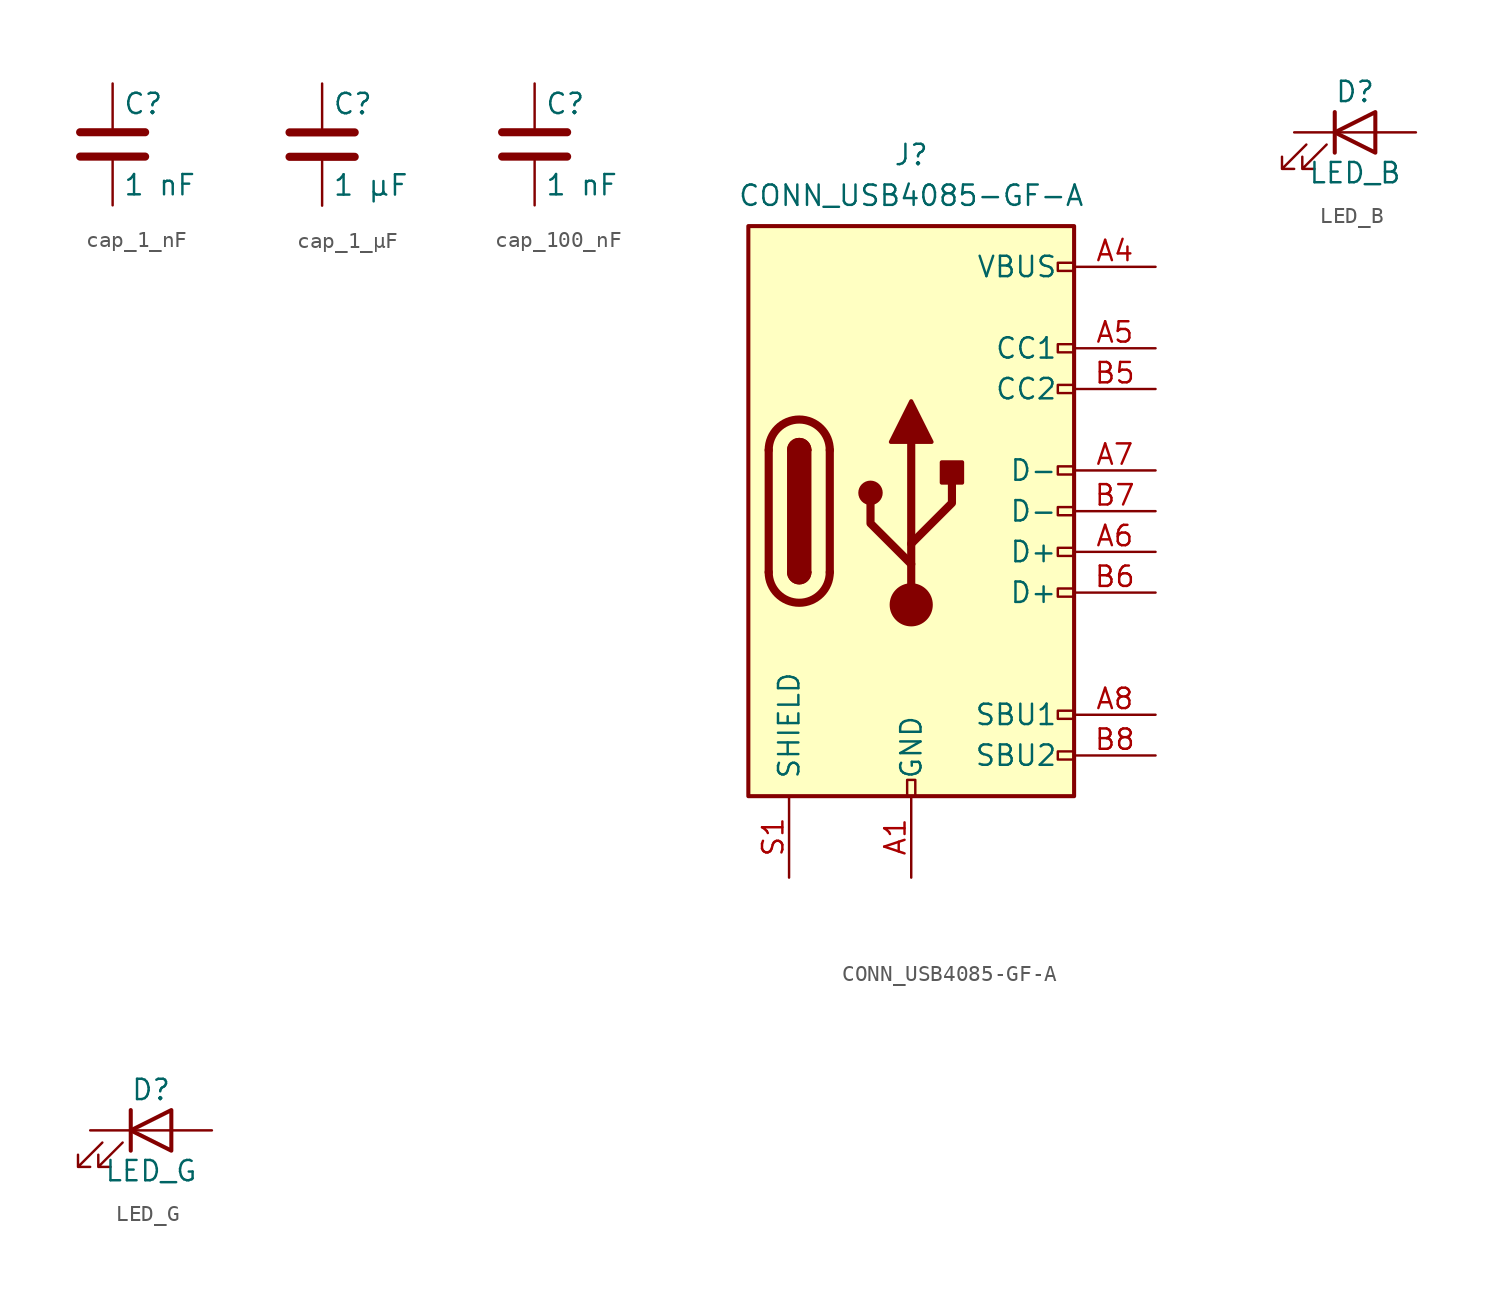
<source format=kicad_sym>
(kicad_symbol_lib
  (version 20241209)
  (generator "kicad_symbol_editor")
  (generator_version "9.0")
  (symbol "cap_1_nF"
    (pin_numbers
      (hide yes))
    (pin_names
      (offset 0.254))
    (property "Reference" "C"
      (at 0.635 2.54 0)
      (effects (font (size 1.27 1.27)) (justify left)))
    (property "Value" "1 nF"
      (at 0.635 -2.54 0)
      (effects (font (size 1.27 1.27)) (justify left)))
    (symbol "cap_1_nF_0_1"
      (polyline (pts (xy -2.032 0.762) (xy 2.032 0.762)) (stroke (width 0.508) (type default)) (fill (type none)))
      (polyline (pts (xy -2.032 -0.762) (xy 2.032 -0.762)) (stroke (width 0.508) (type default)) (fill (type none))))
    (symbol "cap_1_nF_1_1"
      (pin passive line (at 0 3.81 270) (length 2.794) (name "~" (effects (font (size 1.27 1.27)))) (number "1" (effects (font (size 1.27 1.27)))))
      (pin passive line (at 0 -3.81 90) (length 2.794) (name "~" (effects (font (size 1.27 1.27)))) (number "2" (effects (font (size 1.27 1.27)))))))
  (symbol "cap_1_µF"
    (pin_numbers
      (hide yes))
    (pin_names
      (offset 0.254))
    (property "Reference" "C"
      (at 0.635 2.54 0)
      (effects (font (size 1.27 1.27)) (justify left)))
    (property "Value" "1 µF"
      (at 0.635 -2.54 0)
      (effects (font (size 1.27 1.27)) (justify left)))
    (symbol "cap_1_µF_0_1"
      (polyline (pts (xy -2.032 0.762) (xy 2.032 0.762)) (stroke (width 0.508) (type default)) (fill (type none)))
      (polyline (pts (xy -2.032 -0.762) (xy 2.032 -0.762)) (stroke (width 0.508) (type default)) (fill (type none))))
    (symbol "cap_1_µF_1_1"
      (pin passive line (at 0 3.81 270) (length 2.794) (name "~" (effects (font (size 1.27 1.27)))) (number "1" (effects (font (size 1.27 1.27)))))
      (pin passive line (at 0 -3.81 90) (length 2.794) (name "~" (effects (font (size 1.27 1.27)))) (number "2" (effects (font (size 1.27 1.27)))))))
  (symbol "cap_100_nF"
    (pin_numbers
      (hide yes))
    (pin_names
      (offset 0.254))
    (property "Reference" "C"
      (at 0.635 2.54 0)
      (effects (font (size 1.27 1.27)) (justify left)))
    (property "Value" "1 nF"
      (at 0.635 -2.54 0)
      (effects (font (size 1.27 1.27)) (justify left)))
    (symbol "cap_100_nF_0_1"
      (polyline (pts (xy -2.032 0.762) (xy 2.032 0.762)) (stroke (width 0.508) (type default)) (fill (type none)))
      (polyline (pts (xy -2.032 -0.762) (xy 2.032 -0.762)) (stroke (width 0.508) (type default)) (fill (type none))))
    (symbol "cap_100_nF_1_1"
      (pin passive line (at 0 3.81 270) (length 2.794) (name "~" (effects (font (size 1.27 1.27)))) (number "1" (effects (font (size 1.27 1.27)))))
      (pin passive line (at 0 -3.81 90) (length 2.794) (name "~" (effects (font (size 1.27 1.27)))) (number "2" (effects (font (size 1.27 1.27)))))))
  (symbol "CONN_USB4085-GF-A"
    (pin_names
      (offset 1.016))
    (property "Reference" "J"
      (at 0 22.225 0)
      (effects (font (size 1.27 1.27))))
    (property "Value" "CONN_USB4085-GF-A"
      (at 0 19.685 0)
      (effects (font (size 1.27 1.27))))
    (symbol "CONN_USB4085-GF-A_0_0"
      (rectangle (start -0.254 -17.78) (end 0.254 -16.764) (stroke (width 0) (type default)) (fill (type none)))
      (rectangle (start 10.16 15.494) (end 9.144 14.986) (stroke (width 0) (type default)) (fill (type none)))
      (rectangle (start 10.16 10.414) (end 9.144 9.906) (stroke (width 0) (type default)) (fill (type none)))
      (rectangle (start 10.16 7.874) (end 9.144 7.366) (stroke (width 0) (type default)) (fill (type none)))
      (rectangle (start 10.16 2.794) (end 9.144 2.286) (stroke (width 0) (type default)) (fill (type none)))
      (rectangle (start 10.16 0.254) (end 9.144 -0.254) (stroke (width 0) (type default)) (fill (type none)))
      (rectangle (start 10.16 -2.286) (end 9.144 -2.794) (stroke (width 0) (type default)) (fill (type none)))
      (rectangle (start 10.16 -4.826) (end 9.144 -5.334) (stroke (width 0) (type default)) (fill (type none)))
      (rectangle (start 10.16 -12.446) (end 9.144 -12.954) (stroke (width 0) (type default)) (fill (type none)))
      (rectangle (start 10.16 -14.986) (end 9.144 -15.494) (stroke (width 0) (type default)) (fill (type none))))
    (symbol "CONN_USB4085-GF-A_0_1"
      (rectangle (start -10.16 17.78) (end 10.16 -17.78) (stroke (width 0.254) (type default)) (fill (type background)))
      (polyline (pts (xy -8.89 -3.81) (xy -8.89 3.81)) (stroke (width 0.508) (type default)) (fill (type none)))
      (rectangle (start -7.62 -3.81) (end -6.35 3.81) (stroke (width 0.254) (type default)) (fill (type outline)))
      (arc (start -7.62 3.81) (mid -6.985 4.4423) (end -6.35 3.81) (stroke (width 0.254) (type default)) (fill (type none)))
      (arc (start -7.62 3.81) (mid -6.985 4.4423) (end -6.35 3.81) (stroke (width 0.254) (type default)) (fill (type outline)))
      (arc (start -8.89 3.81) (mid -6.985 5.7067) (end -5.08 3.81) (stroke (width 0.508) (type default)) (fill (type none)))
      (arc (start -5.08 -3.81) (mid -6.985 -5.7067) (end -8.89 -3.81) (stroke (width 0.508) (type default)) (fill (type none)))
      (arc (start -6.35 -3.81) (mid -6.985 -4.4423) (end -7.62 -3.81) (stroke (width 0.254) (type default)) (fill (type none)))
      (arc (start -6.35 -3.81) (mid -6.985 -4.4423) (end -7.62 -3.81) (stroke (width 0.254) (type default)) (fill (type outline)))
      (polyline (pts (xy -5.08 3.81) (xy -5.08 -3.81)) (stroke (width 0.508) (type default)) (fill (type none)))
      (circle (center -2.54 1.143) (radius 0.635) (stroke (width 0.254) (type default)) (fill (type outline)))
      (polyline (pts (xy -1.27 4.318) (xy 0 6.858) (xy 1.27 4.318) (xy -1.27 4.318)) (stroke (width 0.254) (type default)) (fill (type outline)))
      (polyline (pts (xy 0 -2.032) (xy 2.54 0.508) (xy 2.54 1.778)) (stroke (width 0.508) (type default)) (fill (type none)))
      (polyline (pts (xy 0 -3.302) (xy -2.54 -0.762) (xy -2.54 0.508)) (stroke (width 0.508) (type default)) (fill (type none)))
      (polyline (pts (xy 0 -5.842) (xy 0 4.318)) (stroke (width 0.508) (type default)) (fill (type none)))
      (circle (center 0 -5.842) (radius 1.27) (stroke (width 0) (type default)) (fill (type outline)))
      (rectangle (start 1.905 1.778) (end 3.175 3.048) (stroke (width 0.254) (type default)) (fill (type outline))))
    (symbol "CONN_USB4085-GF-A_1_1"
      (pin passive line (at -7.62 -22.86 90) (length 5.08) (name "SHIELD" (effects (font (size 1.27 1.27)))) (number "S1" (effects (font (size 1.27 1.27)))))
      (pin passive line (at 0 -22.86 90) (length 5.08) (name "GND" (effects (font (size 1.27 1.27)))) (number "A1" (effects (font (size 1.27 1.27)))))
      (pin passive line (at 0 -22.86 90) (length 5.08) (hide yes) (name "GND" (effects (font (size 1.27 1.27)))) (number "A12" (effects (font (size 1.27 1.27)))))
      (pin passive line (at 0 -22.86 90) (length 5.08) (hide yes) (name "GND" (effects (font (size 1.27 1.27)))) (number "B1" (effects (font (size 1.27 1.27)))))
      (pin passive line (at 0 -22.86 90) (length 5.08) (hide yes) (name "GND" (effects (font (size 1.27 1.27)))) (number "B12" (effects (font (size 1.27 1.27)))))
      (pin passive line (at 15.24 15.24 180) (length 5.08) (name "VBUS" (effects (font (size 1.27 1.27)))) (number "A4" (effects (font (size 1.27 1.27)))))
      (pin passive line (at 15.24 15.24 180) (length 5.08) (hide yes) (name "VBUS" (effects (font (size 1.27 1.27)))) (number "A9" (effects (font (size 1.27 1.27)))))
      (pin passive line (at 15.24 15.24 180) (length 5.08) (hide yes) (name "VBUS" (effects (font (size 1.27 1.27)))) (number "B4" (effects (font (size 1.27 1.27)))))
      (pin passive line (at 15.24 15.24 180) (length 5.08) (hide yes) (name "VBUS" (effects (font (size 1.27 1.27)))) (number "B9" (effects (font (size 1.27 1.27)))))
      (pin bidirectional line (at 15.24 10.16 180) (length 5.08) (name "CC1" (effects (font (size 1.27 1.27)))) (number "A5" (effects (font (size 1.27 1.27)))))
      (pin bidirectional line (at 15.24 7.62 180) (length 5.08) (name "CC2" (effects (font (size 1.27 1.27)))) (number "B5" (effects (font (size 1.27 1.27)))))
      (pin bidirectional line (at 15.24 2.54 180) (length 5.08) (name "D-" (effects (font (size 1.27 1.27)))) (number "A7" (effects (font (size 1.27 1.27)))))
      (pin bidirectional line (at 15.24 0 180) (length 5.08) (name "D-" (effects (font (size 1.27 1.27)))) (number "B7" (effects (font (size 1.27 1.27)))))
      (pin bidirectional line (at 15.24 -2.54 180) (length 5.08) (name "D+" (effects (font (size 1.27 1.27)))) (number "A6" (effects (font (size 1.27 1.27)))))
      (pin bidirectional line (at 15.24 -5.08 180) (length 5.08) (name "D+" (effects (font (size 1.27 1.27)))) (number "B6" (effects (font (size 1.27 1.27)))))
      (pin bidirectional line (at 15.24 -12.7 180) (length 5.08) (name "SBU1" (effects (font (size 1.27 1.27)))) (number "A8" (effects (font (size 1.27 1.27)))))
      (pin bidirectional line (at 15.24 -15.24 180) (length 5.08) (name "SBU2" (effects (font (size 1.27 1.27)))) (number "B8" (effects (font (size 1.27 1.27)))))))
  (symbol "LED_B"
    (pin_numbers
      (hide yes))
    (pin_names
      (offset 1.016)
      (hide yes))
    (property "Reference" "D"
      (at 0 2.54 0)
      (effects (font (size 1.27 1.27))))
    (property "Value" "LED_B"
      (at 0 -2.54 0)
      (effects (font (size 1.27 1.27))))
    (symbol "LED_B_0_1"
      (polyline (pts (xy -3.048 -0.762) (xy -4.572 -2.286) (xy -3.81 -2.286) (xy -4.572 -2.286) (xy -4.572 -1.524)) (stroke (width 0) (type default)) (fill (type none)))
      (polyline (pts (xy -1.778 -0.762) (xy -3.302 -2.286) (xy -2.54 -2.286) (xy -3.302 -2.286) (xy -3.302 -1.524)) (stroke (width 0) (type default)) (fill (type none)))
      (polyline (pts (xy -1.27 0) (xy 1.27 0)) (stroke (width 0) (type default)) (fill (type none)))
      (polyline (pts (xy -1.27 -1.27) (xy -1.27 1.27)) (stroke (width 0.254) (type default)) (fill (type none)))
      (polyline (pts (xy 1.27 -1.27) (xy 1.27 1.27) (xy -1.27 0) (xy 1.27 -1.27)) (stroke (width 0.254) (type default)) (fill (type none))))
    (symbol "LED_B_1_1"
      (pin passive line (at -3.81 0 0) (length 2.54) (name "K" (effects (font (size 1.27 1.27)))) (number "1" (effects (font (size 1.27 1.27)))))
      (pin passive line (at 3.81 0 180) (length 2.54) (name "A" (effects (font (size 1.27 1.27)))) (number "2" (effects (font (size 1.27 1.27)))))))
  (symbol "LED_G"
    (pin_numbers
      (hide yes))
    (pin_names
      (offset 1.016)
      (hide yes))
    (property "Reference" "D"
      (at 0 2.54 0)
      (effects (font (size 1.27 1.27))))
    (property "Value" "LED_G"
      (at 0 -2.54 0)
      (effects (font (size 1.27 1.27))))
    (symbol "LED_G_0_1"
      (polyline (pts (xy -3.048 -0.762) (xy -4.572 -2.286) (xy -3.81 -2.286) (xy -4.572 -2.286) (xy -4.572 -1.524)) (stroke (width 0) (type default)) (fill (type none)))
      (polyline (pts (xy -1.778 -0.762) (xy -3.302 -2.286) (xy -2.54 -2.286) (xy -3.302 -2.286) (xy -3.302 -1.524)) (stroke (width 0) (type default)) (fill (type none)))
      (polyline (pts (xy -1.27 0) (xy 1.27 0)) (stroke (width 0) (type default)) (fill (type none)))
      (polyline (pts (xy -1.27 -1.27) (xy -1.27 1.27)) (stroke (width 0.254) (type default)) (fill (type none)))
      (polyline (pts (xy 1.27 -1.27) (xy 1.27 1.27) (xy -1.27 0) (xy 1.27 -1.27)) (stroke (width 0.254) (type default)) (fill (type none))))
    (symbol "LED_G_1_1"
      (pin passive line (at -3.81 0 0) (length 2.54) (name "K" (effects (font (size 1.27 1.27)))) (number "1" (effects (font (size 1.27 1.27)))))
      (pin passive line (at 3.81 0 180) (length 2.54) (name "A" (effects (font (size 1.27 1.27)))) (number "2" (effects (font (size 1.27 1.27))))))))
</source>
